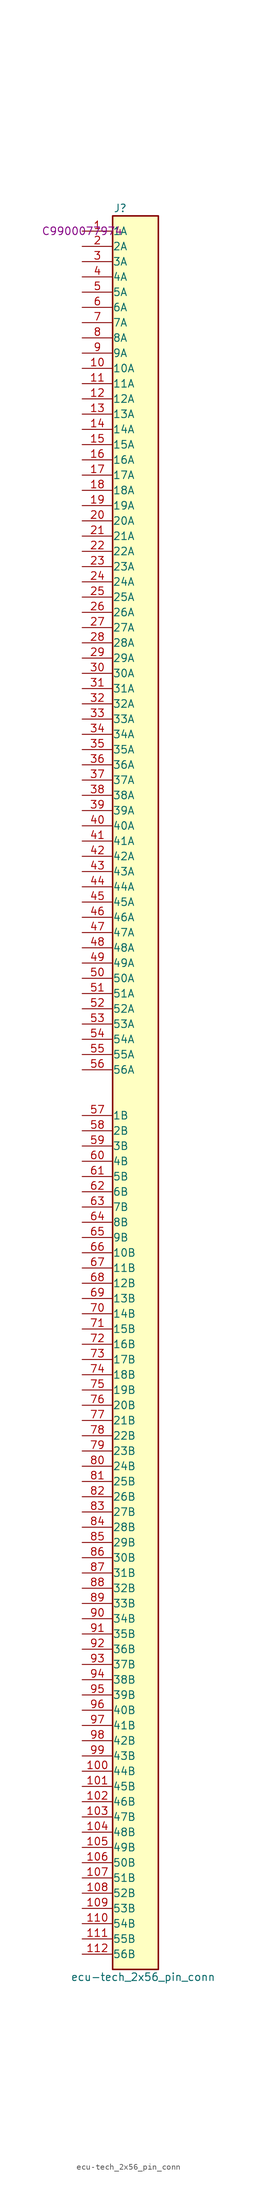
<source format=kicad_sym>
(kicad_symbol_lib
  (version 20231120)
  (generator "kicad_symbol_editor")
  (generator_version "8.0")
  (symbol "ecu-tech_2x56_pin_conn"
    (pin_names
      (offset 0.002))
    (property "Reference" "J"
      (at 6.35 3.81 0)
      (effects (font (size 1.27 1.27))))
    (property "Value" "ecu-tech_2x56_pin_conn"
      (at 10.16 -290.83 0)
      (effects (font (size 1.27 1.27))))
    (property "LCSC" "C9900077974"
      (at 0 0 0)
      (effects (font (size 1.27 1.27))))
    (symbol "ecu-tech_2x56_pin_conn_1_1"
      (rectangle (start 5.08 2.54) (end 12.7 -289.56) (stroke (width 0.254) (type default)) (fill (type background)))
      (pin passive line (at 0 0 0) (length 5.08) (name "1A" (effects (font (size 1.27 1.27)))) (number "1" (effects (font (size 1.27 1.27)))))
      (pin passive line (at 0 -22.86 0) (length 5.08) (name "10A" (effects (font (size 1.27 1.27)))) (number "10" (effects (font (size 1.27 1.27)))))
      (pin input line (at 0 -256.54 0) (length 5.08) (name "44B" (effects (font (size 1.27 1.27)))) (number "100" (effects (font (size 1.27 1.27)))))
      (pin input line (at 0 -259.08 0) (length 5.08) (name "45B" (effects (font (size 1.27 1.27)))) (number "101" (effects (font (size 1.27 1.27)))))
      (pin input line (at 0 -261.62 0) (length 5.08) (name "46B" (effects (font (size 1.27 1.27)))) (number "102" (effects (font (size 1.27 1.27)))))
      (pin input line (at 0 -264.16 0) (length 5.08) (name "47B" (effects (font (size 1.27 1.27)))) (number "103" (effects (font (size 1.27 1.27)))))
      (pin input line (at 0 -266.7 0) (length 5.08) (name "48B" (effects (font (size 1.27 1.27)))) (number "104" (effects (font (size 1.27 1.27)))))
      (pin input line (at 0 -269.24 0) (length 5.08) (name "49B" (effects (font (size 1.27 1.27)))) (number "105" (effects (font (size 1.27 1.27)))))
      (pin input line (at 0 -271.78 0) (length 5.08) (name "50B" (effects (font (size 1.27 1.27)))) (number "106" (effects (font (size 1.27 1.27)))))
      (pin input line (at 0 -274.32 0) (length 5.08) (name "51B" (effects (font (size 1.27 1.27)))) (number "107" (effects (font (size 1.27 1.27)))))
      (pin input line (at 0 -276.86 0) (length 5.08) (name "52B" (effects (font (size 1.27 1.27)))) (number "108" (effects (font (size 1.27 1.27)))))
      (pin input line (at 0 -279.4 0) (length 5.08) (name "53B" (effects (font (size 1.27 1.27)))) (number "109" (effects (font (size 1.27 1.27)))))
      (pin passive line (at 0 -25.4 0) (length 5.08) (name "11A" (effects (font (size 1.27 1.27)))) (number "11" (effects (font (size 1.27 1.27)))))
      (pin input line (at 0 -281.94 0) (length 5.08) (name "54B" (effects (font (size 1.27 1.27)))) (number "110" (effects (font (size 1.27 1.27)))))
      (pin input line (at 0 -284.48 0) (length 5.08) (name "55B" (effects (font (size 1.27 1.27)))) (number "111" (effects (font (size 1.27 1.27)))))
      (pin input line (at 0 -287.02 0) (length 5.08) (name "56B" (effects (font (size 1.27 1.27)))) (number "112" (effects (font (size 1.27 1.27)))))
      (pin passive line (at 0 -27.94 0) (length 5.08) (name "12A" (effects (font (size 1.27 1.27)))) (number "12" (effects (font (size 1.27 1.27)))))
      (pin passive line (at 0 -30.48 0) (length 5.08) (name "13A" (effects (font (size 1.27 1.27)))) (number "13" (effects (font (size 1.27 1.27)))))
      (pin passive line (at 0 -33.02 0) (length 5.08) (name "14A" (effects (font (size 1.27 1.27)))) (number "14" (effects (font (size 1.27 1.27)))))
      (pin passive line (at 0 -35.56 0) (length 5.08) (name "15A" (effects (font (size 1.27 1.27)))) (number "15" (effects (font (size 1.27 1.27)))))
      (pin passive line (at 0 -38.1 0) (length 5.08) (name "16A" (effects (font (size 1.27 1.27)))) (number "16" (effects (font (size 1.27 1.27)))))
      (pin passive line (at 0 -40.64 0) (length 5.08) (name "17A" (effects (font (size 1.27 1.27)))) (number "17" (effects (font (size 1.27 1.27)))))
      (pin passive line (at 0 -43.18 0) (length 5.08) (name "18A" (effects (font (size 1.27 1.27)))) (number "18" (effects (font (size 1.27 1.27)))))
      (pin passive line (at 0 -45.72 0) (length 5.08) (name "19A" (effects (font (size 1.27 1.27)))) (number "19" (effects (font (size 1.27 1.27)))))
      (pin passive line (at 0 -2.54 0) (length 5.08) (name "2A" (effects (font (size 1.27 1.27)))) (number "2" (effects (font (size 1.27 1.27)))))
      (pin passive line (at 0 -48.26 0) (length 5.08) (name "20A" (effects (font (size 1.27 1.27)))) (number "20" (effects (font (size 1.27 1.27)))))
      (pin passive line (at 0 -50.8 0) (length 5.08) (name "21A" (effects (font (size 1.27 1.27)))) (number "21" (effects (font (size 1.27 1.27)))))
      (pin passive line (at 0 -53.34 0) (length 5.08) (name "22A" (effects (font (size 1.27 1.27)))) (number "22" (effects (font (size 1.27 1.27)))))
      (pin passive line (at 0 -55.88 0) (length 5.08) (name "23A" (effects (font (size 1.27 1.27)))) (number "23" (effects (font (size 1.27 1.27)))))
      (pin passive line (at 0 -58.42 0) (length 5.08) (name "24A" (effects (font (size 1.27 1.27)))) (number "24" (effects (font (size 1.27 1.27)))))
      (pin passive line (at 0 -60.96 0) (length 5.08) (name "25A" (effects (font (size 1.27 1.27)))) (number "25" (effects (font (size 1.27 1.27)))))
      (pin passive line (at 0 -63.5 0) (length 5.08) (name "26A" (effects (font (size 1.27 1.27)))) (number "26" (effects (font (size 1.27 1.27)))))
      (pin passive line (at 0 -66.04 0) (length 5.08) (name "27A" (effects (font (size 1.27 1.27)))) (number "27" (effects (font (size 1.27 1.27)))))
      (pin passive line (at 0 -68.58 0) (length 5.08) (name "28A" (effects (font (size 1.27 1.27)))) (number "28" (effects (font (size 1.27 1.27)))))
      (pin passive line (at 0 -71.12 0) (length 5.08) (name "29A" (effects (font (size 1.27 1.27)))) (number "29" (effects (font (size 1.27 1.27)))))
      (pin passive line (at 0 -5.08 0) (length 5.08) (name "3A" (effects (font (size 1.27 1.27)))) (number "3" (effects (font (size 1.27 1.27)))))
      (pin passive line (at 0 -73.66 0) (length 5.08) (name "30A" (effects (font (size 1.27 1.27)))) (number "30" (effects (font (size 1.27 1.27)))))
      (pin passive line (at 0 -76.2 0) (length 5.08) (name "31A" (effects (font (size 1.27 1.27)))) (number "31" (effects (font (size 1.27 1.27)))))
      (pin passive line (at 0 -78.74 0) (length 5.08) (name "32A" (effects (font (size 1.27 1.27)))) (number "32" (effects (font (size 1.27 1.27)))))
      (pin passive line (at 0 -81.28 0) (length 5.08) (name "33A" (effects (font (size 1.27 1.27)))) (number "33" (effects (font (size 1.27 1.27)))))
      (pin passive line (at 0 -83.82 0) (length 5.08) (name "34A" (effects (font (size 1.27 1.27)))) (number "34" (effects (font (size 1.27 1.27)))))
      (pin passive line (at 0 -86.36 0) (length 5.08) (name "35A" (effects (font (size 1.27 1.27)))) (number "35" (effects (font (size 1.27 1.27)))))
      (pin passive line (at 0 -88.9 0) (length 5.08) (name "36A" (effects (font (size 1.27 1.27)))) (number "36" (effects (font (size 1.27 1.27)))))
      (pin passive line (at 0 -91.44 0) (length 5.08) (name "37A" (effects (font (size 1.27 1.27)))) (number "37" (effects (font (size 1.27 1.27)))))
      (pin passive line (at 0 -93.98 0) (length 5.08) (name "38A" (effects (font (size 1.27 1.27)))) (number "38" (effects (font (size 1.27 1.27)))))
      (pin passive line (at 0 -96.52 0) (length 5.08) (name "39A" (effects (font (size 1.27 1.27)))) (number "39" (effects (font (size 1.27 1.27)))))
      (pin passive line (at 0 -7.62 0) (length 5.08) (name "4A" (effects (font (size 1.27 1.27)))) (number "4" (effects (font (size 1.27 1.27)))))
      (pin passive line (at 0 -99.06 0) (length 5.08) (name "40A" (effects (font (size 1.27 1.27)))) (number "40" (effects (font (size 1.27 1.27)))))
      (pin passive line (at 0 -101.6 0) (length 5.08) (name "41A" (effects (font (size 1.27 1.27)))) (number "41" (effects (font (size 1.27 1.27)))))
      (pin passive line (at 0 -104.14 0) (length 5.08) (name "42A" (effects (font (size 1.27 1.27)))) (number "42" (effects (font (size 1.27 1.27)))))
      (pin passive line (at 0 -106.68 0) (length 5.08) (name "43A" (effects (font (size 1.27 1.27)))) (number "43" (effects (font (size 1.27 1.27)))))
      (pin passive line (at 0 -109.22 0) (length 5.08) (name "44A" (effects (font (size 1.27 1.27)))) (number "44" (effects (font (size 1.27 1.27)))))
      (pin passive line (at 0 -111.76 0) (length 5.08) (name "45A" (effects (font (size 1.27 1.27)))) (number "45" (effects (font (size 1.27 1.27)))))
      (pin passive line (at 0 -114.3 0) (length 5.08) (name "46A" (effects (font (size 1.27 1.27)))) (number "46" (effects (font (size 1.27 1.27)))))
      (pin passive line (at 0 -116.84 0) (length 5.08) (name "47A" (effects (font (size 1.27 1.27)))) (number "47" (effects (font (size 1.27 1.27)))))
      (pin passive line (at 0 -119.38 0) (length 5.08) (name "48A" (effects (font (size 1.27 1.27)))) (number "48" (effects (font (size 1.27 1.27)))))
      (pin passive line (at 0 -121.92 0) (length 5.08) (name "49A" (effects (font (size 1.27 1.27)))) (number "49" (effects (font (size 1.27 1.27)))))
      (pin passive line (at 0 -10.16 0) (length 5.08) (name "5A" (effects (font (size 1.27 1.27)))) (number "5" (effects (font (size 1.27 1.27)))))
      (pin passive line (at 0 -124.46 0) (length 5.08) (name "50A" (effects (font (size 1.27 1.27)))) (number "50" (effects (font (size 1.27 1.27)))))
      (pin passive line (at 0 -127 0) (length 5.08) (name "51A" (effects (font (size 1.27 1.27)))) (number "51" (effects (font (size 1.27 1.27)))))
      (pin passive line (at 0 -129.54 0) (length 5.08) (name "52A" (effects (font (size 1.27 1.27)))) (number "52" (effects (font (size 1.27 1.27)))))
      (pin passive line (at 0 -132.08 0) (length 5.08) (name "53A" (effects (font (size 1.27 1.27)))) (number "53" (effects (font (size 1.27 1.27)))))
      (pin passive line (at 0 -134.62 0) (length 5.08) (name "54A" (effects (font (size 1.27 1.27)))) (number "54" (effects (font (size 1.27 1.27)))))
      (pin passive line (at 0 -137.16 0) (length 5.08) (name "55A" (effects (font (size 1.27 1.27)))) (number "55" (effects (font (size 1.27 1.27)))))
      (pin passive line (at 0 -139.7 0) (length 5.08) (name "56A" (effects (font (size 1.27 1.27)))) (number "56" (effects (font (size 1.27 1.27)))))
      (pin input line (at 0 -147.32 0) (length 5.08) (name "1B" (effects (font (size 1.27 1.27)))) (number "57" (effects (font (size 1.27 1.27)))))
      (pin input line (at 0 -149.86 0) (length 5.08) (name "2B" (effects (font (size 1.27 1.27)))) (number "58" (effects (font (size 1.27 1.27)))))
      (pin input line (at 0 -152.4 0) (length 5.08) (name "3B" (effects (font (size 1.27 1.27)))) (number "59" (effects (font (size 1.27 1.27)))))
      (pin passive line (at 0 -12.7 0) (length 5.08) (name "6A" (effects (font (size 1.27 1.27)))) (number "6" (effects (font (size 1.27 1.27)))))
      (pin input line (at 0 -154.94 0) (length 5.08) (name "4B" (effects (font (size 1.27 1.27)))) (number "60" (effects (font (size 1.27 1.27)))))
      (pin input line (at 0 -157.48 0) (length 5.08) (name "5B" (effects (font (size 1.27 1.27)))) (number "61" (effects (font (size 1.27 1.27)))))
      (pin input line (at 0 -160.02 0) (length 5.08) (name "6B" (effects (font (size 1.27 1.27)))) (number "62" (effects (font (size 1.27 1.27)))))
      (pin input line (at 0 -162.56 0) (length 5.08) (name "7B" (effects (font (size 1.27 1.27)))) (number "63" (effects (font (size 1.27 1.27)))))
      (pin input line (at 0 -165.1 0) (length 5.08) (name "8B" (effects (font (size 1.27 1.27)))) (number "64" (effects (font (size 1.27 1.27)))))
      (pin input line (at 0 -167.64 0) (length 5.08) (name "9B" (effects (font (size 1.27 1.27)))) (number "65" (effects (font (size 1.27 1.27)))))
      (pin input line (at 0 -170.18 0) (length 5.08) (name "10B" (effects (font (size 1.27 1.27)))) (number "66" (effects (font (size 1.27 1.27)))))
      (pin input line (at 0 -172.72 0) (length 5.08) (name "11B" (effects (font (size 1.27 1.27)))) (number "67" (effects (font (size 1.27 1.27)))))
      (pin input line (at 0 -175.26 0) (length 5.08) (name "12B" (effects (font (size 1.27 1.27)))) (number "68" (effects (font (size 1.27 1.27)))))
      (pin input line (at 0 -177.8 0) (length 5.08) (name "13B" (effects (font (size 1.27 1.27)))) (number "69" (effects (font (size 1.27 1.27)))))
      (pin passive line (at 0 -15.24 0) (length 5.08) (name "7A" (effects (font (size 1.27 1.27)))) (number "7" (effects (font (size 1.27 1.27)))))
      (pin input line (at 0 -180.34 0) (length 5.08) (name "14B" (effects (font (size 1.27 1.27)))) (number "70" (effects (font (size 1.27 1.27)))))
      (pin input line (at 0 -182.88 0) (length 5.08) (name "15B" (effects (font (size 1.27 1.27)))) (number "71" (effects (font (size 1.27 1.27)))))
      (pin input line (at 0 -185.42 0) (length 5.08) (name "16B" (effects (font (size 1.27 1.27)))) (number "72" (effects (font (size 1.27 1.27)))))
      (pin input line (at 0 -187.96 0) (length 5.08) (name "17B" (effects (font (size 1.27 1.27)))) (number "73" (effects (font (size 1.27 1.27)))))
      (pin input line (at 0 -190.5 0) (length 5.08) (name "18B" (effects (font (size 1.27 1.27)))) (number "74" (effects (font (size 1.27 1.27)))))
      (pin input line (at 0 -193.04 0) (length 5.08) (name "19B" (effects (font (size 1.27 1.27)))) (number "75" (effects (font (size 1.27 1.27)))))
      (pin input line (at 0 -195.58 0) (length 5.08) (name "20B" (effects (font (size 1.27 1.27)))) (number "76" (effects (font (size 1.27 1.27)))))
      (pin input line (at 0 -198.12 0) (length 5.08) (name "21B" (effects (font (size 1.27 1.27)))) (number "77" (effects (font (size 1.27 1.27)))))
      (pin input line (at 0 -200.66 0) (length 5.08) (name "22B" (effects (font (size 1.27 1.27)))) (number "78" (effects (font (size 1.27 1.27)))))
      (pin input line (at 0 -203.2 0) (length 5.08) (name "23B" (effects (font (size 1.27 1.27)))) (number "79" (effects (font (size 1.27 1.27)))))
      (pin passive line (at 0 -17.78 0) (length 5.08) (name "8A" (effects (font (size 1.27 1.27)))) (number "8" (effects (font (size 1.27 1.27)))))
      (pin input line (at 0 -205.74 0) (length 5.08) (name "24B" (effects (font (size 1.27 1.27)))) (number "80" (effects (font (size 1.27 1.27)))))
      (pin input line (at 0 -208.28 0) (length 5.08) (name "25B" (effects (font (size 1.27 1.27)))) (number "81" (effects (font (size 1.27 1.27)))))
      (pin input line (at 0 -210.82 0) (length 5.08) (name "26B" (effects (font (size 1.27 1.27)))) (number "82" (effects (font (size 1.27 1.27)))))
      (pin input line (at 0 -213.36 0) (length 5.08) (name "27B" (effects (font (size 1.27 1.27)))) (number "83" (effects (font (size 1.27 1.27)))))
      (pin input line (at 0 -215.9 0) (length 5.08) (name "28B" (effects (font (size 1.27 1.27)))) (number "84" (effects (font (size 1.27 1.27)))))
      (pin input line (at 0 -218.44 0) (length 5.08) (name "29B" (effects (font (size 1.27 1.27)))) (number "85" (effects (font (size 1.27 1.27)))))
      (pin input line (at 0 -220.98 0) (length 5.08) (name "30B" (effects (font (size 1.27 1.27)))) (number "86" (effects (font (size 1.27 1.27)))))
      (pin input line (at 0 -223.52 0) (length 5.08) (name "31B" (effects (font (size 1.27 1.27)))) (number "87" (effects (font (size 1.27 1.27)))))
      (pin input line (at 0 -226.06 0) (length 5.08) (name "32B" (effects (font (size 1.27 1.27)))) (number "88" (effects (font (size 1.27 1.27)))))
      (pin input line (at 0 -228.6 0) (length 5.08) (name "33B" (effects (font (size 1.27 1.27)))) (number "89" (effects (font (size 1.27 1.27)))))
      (pin passive line (at 0 -20.32 0) (length 5.08) (name "9A" (effects (font (size 1.27 1.27)))) (number "9" (effects (font (size 1.27 1.27)))))
      (pin input line (at 0 -231.14 0) (length 5.08) (name "34B" (effects (font (size 1.27 1.27)))) (number "90" (effects (font (size 1.27 1.27)))))
      (pin input line (at 0 -233.68 0) (length 5.08) (name "35B" (effects (font (size 1.27 1.27)))) (number "91" (effects (font (size 1.27 1.27)))))
      (pin input line (at 0 -236.22 0) (length 5.08) (name "36B" (effects (font (size 1.27 1.27)))) (number "92" (effects (font (size 1.27 1.27)))))
      (pin input line (at 0 -238.76 0) (length 5.08) (name "37B" (effects (font (size 1.27 1.27)))) (number "93" (effects (font (size 1.27 1.27)))))
      (pin input line (at 0 -241.3 0) (length 5.08) (name "38B" (effects (font (size 1.27 1.27)))) (number "94" (effects (font (size 1.27 1.27)))))
      (pin input line (at 0 -243.84 0) (length 5.08) (name "39B" (effects (font (size 1.27 1.27)))) (number "95" (effects (font (size 1.27 1.27)))))
      (pin input line (at 0 -246.38 0) (length 5.08) (name "40B" (effects (font (size 1.27 1.27)))) (number "96" (effects (font (size 1.27 1.27)))))
      (pin input line (at 0 -248.92 0) (length 5.08) (name "41B" (effects (font (size 1.27 1.27)))) (number "97" (effects (font (size 1.27 1.27)))))
      (pin input line (at 0 -251.46 0) (length 5.08) (name "42B" (effects (font (size 1.27 1.27)))) (number "98" (effects (font (size 1.27 1.27)))))
      (pin input line (at 0 -254 0) (length 5.08) (name "43B" (effects (font (size 1.27 1.27)))) (number "99" (effects (font (size 1.27 1.27))))))))
</source>
